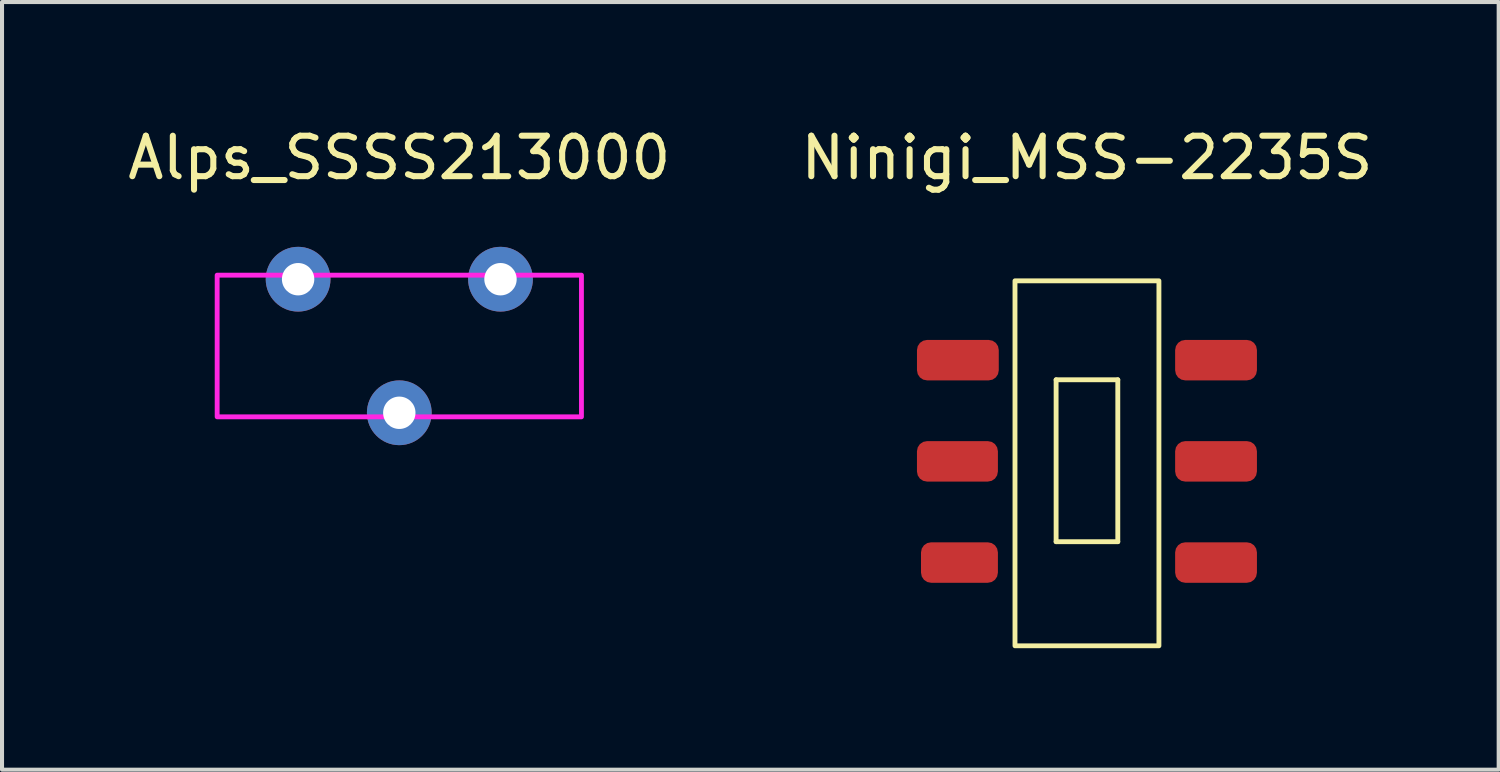
<source format=kicad_pcb>
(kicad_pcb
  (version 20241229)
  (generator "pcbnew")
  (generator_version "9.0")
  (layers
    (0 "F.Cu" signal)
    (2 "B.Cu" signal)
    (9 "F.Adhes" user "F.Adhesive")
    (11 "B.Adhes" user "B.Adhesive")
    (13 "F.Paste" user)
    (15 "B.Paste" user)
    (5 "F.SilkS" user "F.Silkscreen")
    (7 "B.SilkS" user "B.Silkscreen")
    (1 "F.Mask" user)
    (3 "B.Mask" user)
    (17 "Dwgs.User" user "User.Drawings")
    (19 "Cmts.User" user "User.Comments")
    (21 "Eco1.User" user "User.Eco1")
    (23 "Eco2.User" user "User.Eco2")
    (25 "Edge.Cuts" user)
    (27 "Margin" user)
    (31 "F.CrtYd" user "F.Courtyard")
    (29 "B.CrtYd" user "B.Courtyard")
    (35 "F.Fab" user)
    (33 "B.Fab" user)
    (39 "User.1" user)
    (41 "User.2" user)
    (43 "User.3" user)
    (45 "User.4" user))
  (footprint "Alps_SSSS213000"
    (layer "F.Cu")
    (at 6.815 1.348)
    (property "Reference" "Alps_SSSS213000" (at 0 -0.5 0) (unlocked yes) (layer "F.SilkS") (effects (font (size 1 1) (thickness 0.15))))
    (attr through_hole)
    (fp_rect (start -4.5 2.4) (end 4.5 5.9) (stroke (width 0.12) (type solid)) (fill no) (layer "F.CrtYd"))
    (pad "1" thru_hole circle (at -2.5 2.5) (size 1.6 1.6) (drill 0.8) (layers "*.Cu" "*.Mask"))
    (pad "2" thru_hole circle (at 0 5.8) (size 1.6 1.6) (drill 0.8) (layers "*.Cu" "*.Mask"))
    (pad "3" thru_hole circle (at 2.5 2.5) (size 1.6 1.6) (drill 0.8) (layers "*.Cu" "*.Mask")))
  (footprint "Ninigi_MSS-2235S"
    (layer "F.Cu")
    (at 23.804 1.348)
    (property "Reference" "Ninigi_MSS-2235S" (at 0 -0.5 0) (unlocked yes) (layer "F.SilkS") (effects (font (size 1 1) (thickness 0.15))))
    (attr smd)
    (fp_line (start -0.762 4.985) (end -0.762 8.985) (stroke (width 0.12) (type solid)) (layer "F.SilkS"))
    (fp_line (start -0.762 4.985) (end 0.762 4.985) (stroke (width 0.12) (type solid)) (layer "F.SilkS"))
    (fp_line (start -0.762 8.985) (end 0.762 8.985) (stroke (width 0.12) (type solid)) (layer "F.SilkS"))
    (fp_line (start 0.762 4.985) (end 0.762 8.985) (stroke (width 0.12) (type solid)) (layer "F.SilkS"))
    (fp_rect (start -1.778 2.54) (end 1.778 11.557) (stroke (width 0.12) (type solid)) (fill no) (layer "F.SilkS"))
    (pad "1" smd roundrect (at -3.189 4.5) (size 2.021 1) (layers "F.Cu" "F.Mask" "F.Paste") (roundrect_rratio 0.25))
    (pad "2" smd roundrect (at -3.2 7) (size 2 1) (layers "F.Cu" "F.Mask" "F.Paste") (roundrect_rratio 0.25))
    (pad "3" smd roundrect (at -3.15 9.5) (size 1.9 1) (layers "F.Cu" "F.Mask" "F.Paste") (roundrect_rratio 0.25))
    (pad "4" smd roundrect (at 3.189 4.5) (size 2.021 1) (layers "F.Cu" "F.Mask" "F.Paste") (roundrect_rratio 0.25))
    (pad "5" smd roundrect (at 3.189 7) (size 2.021 1) (layers "F.Cu" "F.Mask" "F.Paste") (roundrect_rratio 0.25))
    (pad "6" smd roundrect (at 3.189 9.5) (size 2.021 1) (layers "F.Cu" "F.Mask" "F.Paste") (roundrect_rratio 0.25)))
  (gr_rect
    (start -3 -3)
    (end 33.976 15.965)
    (stroke (width 0.1) (type default))
    (fill no)
    (layer "Edge.Cuts")))
</source>
